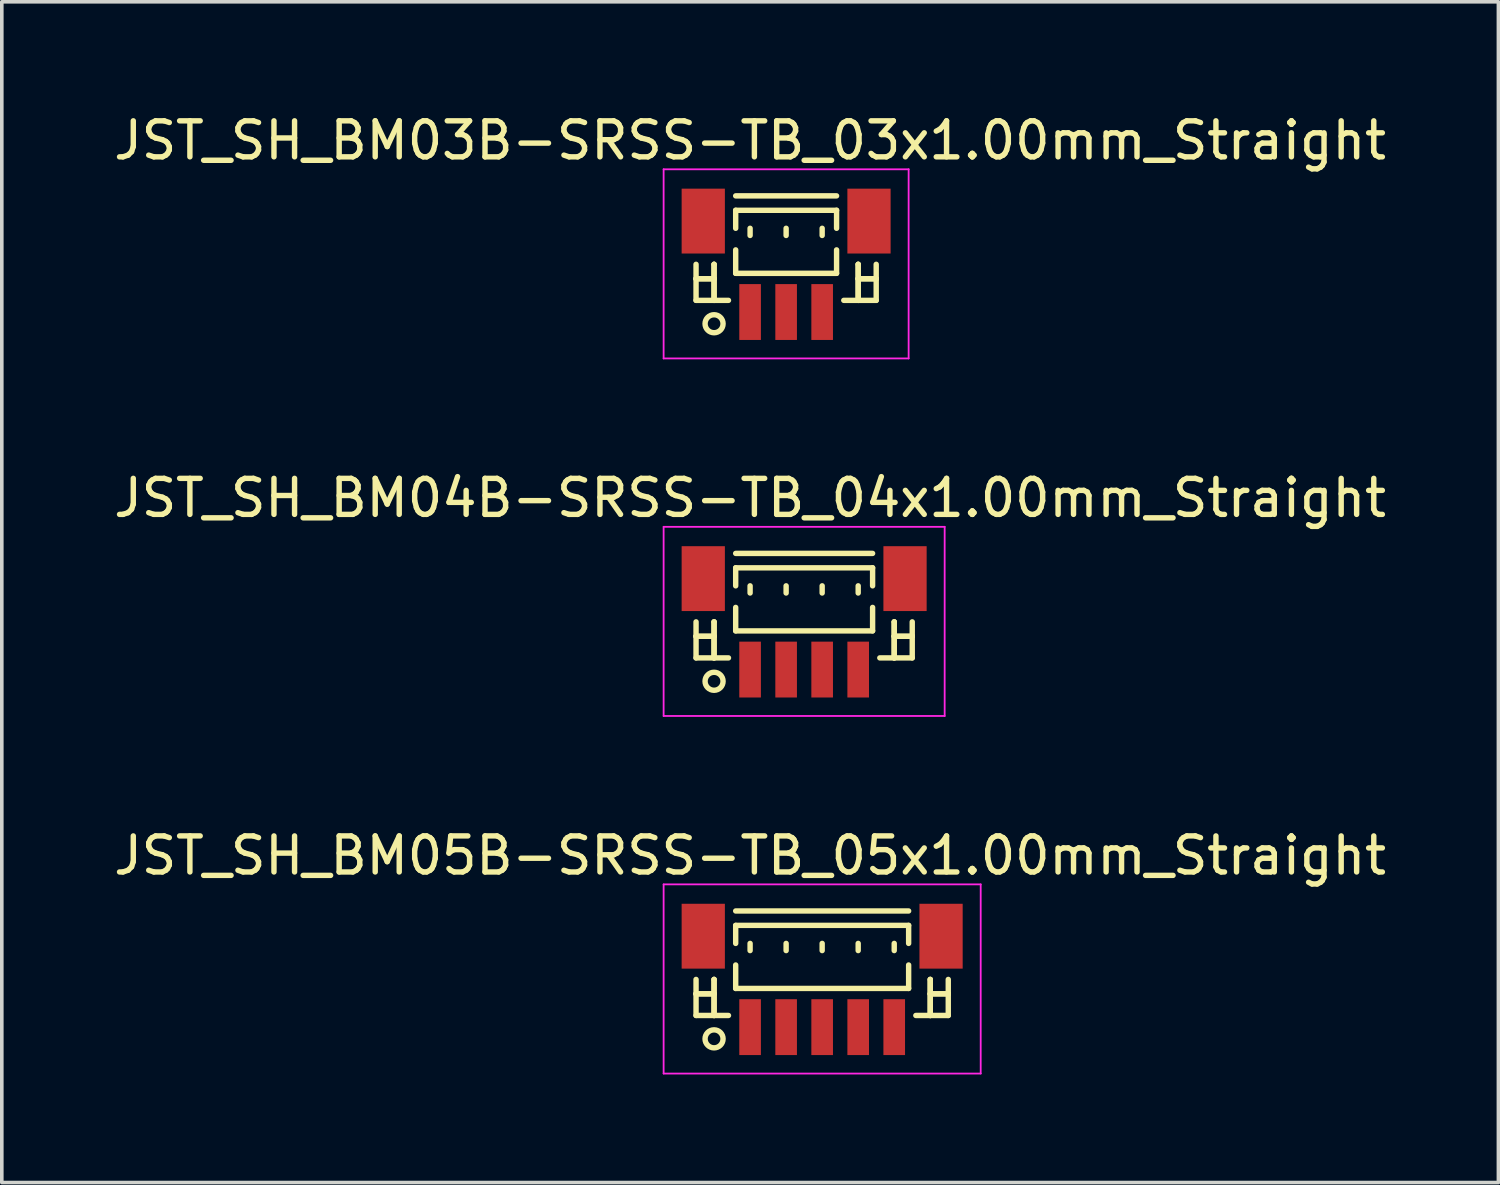
<source format=kicad_pcb>
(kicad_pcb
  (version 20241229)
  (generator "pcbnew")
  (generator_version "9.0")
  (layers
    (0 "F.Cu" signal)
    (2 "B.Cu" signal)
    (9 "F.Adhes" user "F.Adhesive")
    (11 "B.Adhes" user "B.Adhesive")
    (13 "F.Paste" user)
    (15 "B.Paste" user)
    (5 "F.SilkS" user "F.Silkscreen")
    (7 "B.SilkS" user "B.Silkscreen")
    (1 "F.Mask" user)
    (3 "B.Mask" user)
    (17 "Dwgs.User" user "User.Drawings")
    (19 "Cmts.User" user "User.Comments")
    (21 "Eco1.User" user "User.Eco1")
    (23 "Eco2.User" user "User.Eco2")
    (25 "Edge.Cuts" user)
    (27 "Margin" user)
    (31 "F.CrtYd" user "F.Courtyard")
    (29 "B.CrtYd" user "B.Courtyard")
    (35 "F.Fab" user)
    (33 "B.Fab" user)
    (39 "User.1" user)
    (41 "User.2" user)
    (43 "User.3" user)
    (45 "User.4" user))
  (footprint "JST_SH_BM05B-SRSS-TB_05x1.00mm_Straight"
    (layer "F.Cu")
    (at 19.768 24.195)
    (property "Reference" "JST_SH_BM05B-SRSS-TB_05x1.00mm_Straight" (at -2 -3.5 0) (layer "F.SilkS") (effects (font (size 1 1) (thickness 0.15))))
    (attr smd)
    (fp_line (start -3.5 -0.062) (end -3.5 0.938) (stroke (width 0.15) (type solid)) (layer "F.SilkS"))
    (fp_line (start -3.5 0.338) (end -3.5 0.338) (stroke (width 0.15) (type solid)) (layer "F.SilkS"))
    (fp_line (start -3.5 0.338) (end -3 0.338) (stroke (width 0.15) (type solid)) (layer "F.SilkS"))
    (fp_line (start -3.5 0.938) (end -2.6 0.938) (stroke (width 0.15) (type solid)) (layer "F.SilkS"))
    (fp_line (start -3 -0.062) (end -3 -0.062) (stroke (width 0.15) (type solid)) (layer "F.SilkS"))
    (fp_line (start -3 -0.062) (end -3 0.938) (stroke (width 0.15) (type solid)) (layer "F.SilkS"))
    (fp_line (start -3 0.338) (end -3.5 0.338) (stroke (width 0.15) (type solid)) (layer "F.SilkS"))
    (fp_line (start -3 0.338) (end -3 0.338) (stroke (width 0.15) (type solid)) (layer "F.SilkS"))
    (fp_line (start -3 0.938) (end -3 -0.062) (stroke (width 0.15) (type solid)) (layer "F.SilkS"))
    (fp_line (start -3 0.938) (end -3 0.938) (stroke (width 0.15) (type solid)) (layer "F.SilkS"))
    (fp_line (start -2.4 -1.962) (end 2.4 -1.962) (stroke (width 0.15) (type solid)) (layer "F.SilkS"))
    (fp_line (start -2.4 -1.562) (end 2.4 -1.562) (stroke (width 0.15) (type solid)) (layer "F.SilkS"))
    (fp_line (start -2.4 -1.062) (end -2.4 -1.562) (stroke (width 0.15) (type solid)) (layer "F.SilkS"))
    (fp_line (start -2.4 -0.463) (end -2.4 0.188) (stroke (width 0.15) (type solid)) (layer "F.SilkS"))
    (fp_line (start -2.4 0.188) (end 2.4 0.188) (stroke (width 0.15) (type solid)) (layer "F.SilkS"))
    (fp_line (start -2 -1.062) (end -2 -0.863) (stroke (width 0.15) (type solid)) (layer "F.SilkS"))
    (fp_line (start -1 -1.062) (end -1 -0.863) (stroke (width 0.15) (type solid)) (layer "F.SilkS"))
    (fp_line (start 0 -1.062) (end 0 -0.863) (stroke (width 0.15) (type solid)) (layer "F.SilkS"))
    (fp_line (start 1 -1.062) (end 1 -0.863) (stroke (width 0.15) (type solid)) (layer "F.SilkS"))
    (fp_line (start 2 -1.062) (end 2 -0.863) (stroke (width 0.15) (type solid)) (layer "F.SilkS"))
    (fp_line (start 2.4 -1.562) (end 2.4 -1.062) (stroke (width 0.15) (type solid)) (layer "F.SilkS"))
    (fp_line (start 2.4 0.188) (end 2.4 -0.463) (stroke (width 0.15) (type solid)) (layer "F.SilkS"))
    (fp_line (start 3 -0.062) (end 3 -0.062) (stroke (width 0.15) (type solid)) (layer "F.SilkS"))
    (fp_line (start 3 -0.062) (end 3 0.938) (stroke (width 0.15) (type solid)) (layer "F.SilkS"))
    (fp_line (start 3 0.338) (end 3 0.338) (stroke (width 0.15) (type solid)) (layer "F.SilkS"))
    (fp_line (start 3 0.338) (end 3.5 0.338) (stroke (width 0.15) (type solid)) (layer "F.SilkS"))
    (fp_line (start 3 0.938) (end 3 -0.062) (stroke (width 0.15) (type solid)) (layer "F.SilkS"))
    (fp_line (start 3 0.938) (end 3 0.938) (stroke (width 0.15) (type solid)) (layer "F.SilkS"))
    (fp_line (start 3.5 -0.062) (end 3.5 0.938) (stroke (width 0.15) (type solid)) (layer "F.SilkS"))
    (fp_line (start 3.5 0.338) (end 3 0.338) (stroke (width 0.15) (type solid)) (layer "F.SilkS"))
    (fp_line (start 3.5 0.338) (end 3.5 0.338) (stroke (width 0.15) (type solid)) (layer "F.SilkS"))
    (fp_line (start 3.5 0.938) (end 2.6 0.938) (stroke (width 0.15) (type solid)) (layer "F.SilkS"))
    (fp_circle (center -3 1.587) (end -2.75 1.587) (stroke (width 0.15) (type solid)) (fill no) (layer "F.SilkS"))
    (fp_line (start -4.4 -2.7) (end 4.4 -2.7) (stroke (width 0.05) (type solid)) (layer "F.CrtYd"))
    (fp_line (start -4.4 2.55) (end -4.4 -2.7) (stroke (width 0.05) (type solid)) (layer "F.CrtYd"))
    (fp_line (start 4.4 -2.7) (end 4.4 2.55) (stroke (width 0.05) (type solid)) (layer "F.CrtYd"))
    (fp_line (start 4.4 2.55) (end -4.4 2.55) (stroke (width 0.05) (type solid)) (layer "F.CrtYd"))
    (pad "" smd rect (at -3.3 -1.262) (size 1.2 1.8) (layers "F.Cu" "F.Mask" "F.Paste"))
    (pad "" smd rect (at 3.3 -1.262) (size 1.2 1.8) (layers "F.Cu" "F.Mask" "F.Paste"))
    (pad "1" smd rect (at -2 1.262) (size 0.6 1.55) (layers "F.Cu" "F.Mask" "F.Paste"))
    (pad "2" smd rect (at -1 1.262) (size 0.6 1.55) (layers "F.Cu" "F.Mask" "F.Paste"))
    (pad "3" smd rect (at 0 1.262) (size 0.6 1.55) (layers "F.Cu" "F.Mask" "F.Paste"))
    (pad "4" smd rect (at 1 1.262) (size 0.6 1.55) (layers "F.Cu" "F.Mask" "F.Paste"))
    (pad "5" smd rect (at 2 1.262) (size 0.6 1.55) (layers "F.Cu" "F.Mask" "F.Paste")))
  (footprint "JST_SH_BM04B-SRSS-TB_04x1.00mm_Straight"
    (layer "F.Cu")
    (at 19.268 14.271)
    (property "Reference" "JST_SH_BM04B-SRSS-TB_04x1.00mm_Straight" (at -1.5 -3.5 0) (layer "F.SilkS") (effects (font (size 1 1) (thickness 0.15))))
    (attr smd)
    (fp_line (start -3 -0.062) (end -3 0.938) (stroke (width 0.15) (type solid)) (layer "F.SilkS"))
    (fp_line (start -3 0.338) (end -3 0.338) (stroke (width 0.15) (type solid)) (layer "F.SilkS"))
    (fp_line (start -3 0.338) (end -2.5 0.338) (stroke (width 0.15) (type solid)) (layer "F.SilkS"))
    (fp_line (start -3 0.938) (end -2.1 0.938) (stroke (width 0.15) (type solid)) (layer "F.SilkS"))
    (fp_line (start -2.5 -0.062) (end -2.5 -0.062) (stroke (width 0.15) (type solid)) (layer "F.SilkS"))
    (fp_line (start -2.5 -0.062) (end -2.5 0.938) (stroke (width 0.15) (type solid)) (layer "F.SilkS"))
    (fp_line (start -2.5 0.338) (end -3 0.338) (stroke (width 0.15) (type solid)) (layer "F.SilkS"))
    (fp_line (start -2.5 0.338) (end -2.5 0.338) (stroke (width 0.15) (type solid)) (layer "F.SilkS"))
    (fp_line (start -2.5 0.938) (end -2.5 -0.062) (stroke (width 0.15) (type solid)) (layer "F.SilkS"))
    (fp_line (start -2.5 0.938) (end -2.5 0.938) (stroke (width 0.15) (type solid)) (layer "F.SilkS"))
    (fp_line (start -1.9 -1.962) (end 1.9 -1.962) (stroke (width 0.15) (type solid)) (layer "F.SilkS"))
    (fp_line (start -1.9 -1.562) (end 1.9 -1.562) (stroke (width 0.15) (type solid)) (layer "F.SilkS"))
    (fp_line (start -1.9 -1.062) (end -1.9 -1.562) (stroke (width 0.15) (type solid)) (layer "F.SilkS"))
    (fp_line (start -1.9 -0.463) (end -1.9 0.188) (stroke (width 0.15) (type solid)) (layer "F.SilkS"))
    (fp_line (start -1.9 0.188) (end 1.9 0.188) (stroke (width 0.15) (type solid)) (layer "F.SilkS"))
    (fp_line (start -1.5 -1.062) (end -1.5 -0.863) (stroke (width 0.15) (type solid)) (layer "F.SilkS"))
    (fp_line (start -0.5 -1.062) (end -0.5 -0.863) (stroke (width 0.15) (type solid)) (layer "F.SilkS"))
    (fp_line (start 0.5 -1.062) (end 0.5 -0.863) (stroke (width 0.15) (type solid)) (layer "F.SilkS"))
    (fp_line (start 1.5 -1.062) (end 1.5 -0.863) (stroke (width 0.15) (type solid)) (layer "F.SilkS"))
    (fp_line (start 1.9 -1.562) (end 1.9 -1.062) (stroke (width 0.15) (type solid)) (layer "F.SilkS"))
    (fp_line (start 1.9 0.188) (end 1.9 -0.463) (stroke (width 0.15) (type solid)) (layer "F.SilkS"))
    (fp_line (start 2.5 -0.062) (end 2.5 -0.062) (stroke (width 0.15) (type solid)) (layer "F.SilkS"))
    (fp_line (start 2.5 -0.062) (end 2.5 0.938) (stroke (width 0.15) (type solid)) (layer "F.SilkS"))
    (fp_line (start 2.5 0.338) (end 2.5 0.338) (stroke (width 0.15) (type solid)) (layer "F.SilkS"))
    (fp_line (start 2.5 0.338) (end 3 0.338) (stroke (width 0.15) (type solid)) (layer "F.SilkS"))
    (fp_line (start 2.5 0.938) (end 2.5 -0.062) (stroke (width 0.15) (type solid)) (layer "F.SilkS"))
    (fp_line (start 2.5 0.938) (end 2.5 0.938) (stroke (width 0.15) (type solid)) (layer "F.SilkS"))
    (fp_line (start 3 -0.062) (end 3 0.938) (stroke (width 0.15) (type solid)) (layer "F.SilkS"))
    (fp_line (start 3 0.338) (end 2.5 0.338) (stroke (width 0.15) (type solid)) (layer "F.SilkS"))
    (fp_line (start 3 0.338) (end 3 0.338) (stroke (width 0.15) (type solid)) (layer "F.SilkS"))
    (fp_line (start 3 0.938) (end 2.1 0.938) (stroke (width 0.15) (type solid)) (layer "F.SilkS"))
    (fp_circle (center -2.5 1.587) (end -2.25 1.587) (stroke (width 0.15) (type solid)) (fill no) (layer "F.SilkS"))
    (fp_line (start -3.9 -2.7) (end 3.9 -2.7) (stroke (width 0.05) (type solid)) (layer "F.CrtYd"))
    (fp_line (start -3.9 2.55) (end -3.9 -2.7) (stroke (width 0.05) (type solid)) (layer "F.CrtYd"))
    (fp_line (start 3.9 -2.7) (end 3.9 2.55) (stroke (width 0.05) (type solid)) (layer "F.CrtYd"))
    (fp_line (start 3.9 2.55) (end -3.9 2.55) (stroke (width 0.05) (type solid)) (layer "F.CrtYd"))
    (pad "" smd rect (at -2.8 -1.262) (size 1.2 1.8) (layers "F.Cu" "F.Mask" "F.Paste"))
    (pad "" smd rect (at 2.8 -1.262) (size 1.2 1.8) (layers "F.Cu" "F.Mask" "F.Paste"))
    (pad "1" smd rect (at -1.5 1.262) (size 0.6 1.55) (layers "F.Cu" "F.Mask" "F.Paste"))
    (pad "2" smd rect (at -0.5 1.262) (size 0.6 1.55) (layers "F.Cu" "F.Mask" "F.Paste"))
    (pad "3" smd rect (at 0.5 1.262) (size 0.6 1.55) (layers "F.Cu" "F.Mask" "F.Paste"))
    (pad "4" smd rect (at 1.5 1.262) (size 0.6 1.55) (layers "F.Cu" "F.Mask" "F.Paste")))
  (footprint "JST_SH_BM03B-SRSS-TB_03x1.00mm_Straight"
    (layer "F.Cu")
    (at 18.768 4.348)
    (property "Reference" "JST_SH_BM03B-SRSS-TB_03x1.00mm_Straight" (at -1 -3.5 0) (layer "F.SilkS") (effects (font (size 1 1) (thickness 0.15))))
    (attr smd)
    (fp_line (start -2.5 -0.062) (end -2.5 0.938) (stroke (width 0.15) (type solid)) (layer "F.SilkS"))
    (fp_line (start -2.5 0.338) (end -2.5 0.338) (stroke (width 0.15) (type solid)) (layer "F.SilkS"))
    (fp_line (start -2.5 0.338) (end -2 0.338) (stroke (width 0.15) (type solid)) (layer "F.SilkS"))
    (fp_line (start -2.5 0.938) (end -1.6 0.938) (stroke (width 0.15) (type solid)) (layer "F.SilkS"))
    (fp_line (start -2 -0.062) (end -2 -0.062) (stroke (width 0.15) (type solid)) (layer "F.SilkS"))
    (fp_line (start -2 -0.062) (end -2 0.938) (stroke (width 0.15) (type solid)) (layer "F.SilkS"))
    (fp_line (start -2 0.338) (end -2.5 0.338) (stroke (width 0.15) (type solid)) (layer "F.SilkS"))
    (fp_line (start -2 0.338) (end -2 0.338) (stroke (width 0.15) (type solid)) (layer "F.SilkS"))
    (fp_line (start -2 0.938) (end -2 -0.062) (stroke (width 0.15) (type solid)) (layer "F.SilkS"))
    (fp_line (start -2 0.938) (end -2 0.938) (stroke (width 0.15) (type solid)) (layer "F.SilkS"))
    (fp_line (start -1.4 -1.962) (end 1.4 -1.962) (stroke (width 0.15) (type solid)) (layer "F.SilkS"))
    (fp_line (start -1.4 -1.562) (end 1.4 -1.562) (stroke (width 0.15) (type solid)) (layer "F.SilkS"))
    (fp_line (start -1.4 -1.062) (end -1.4 -1.562) (stroke (width 0.15) (type solid)) (layer "F.SilkS"))
    (fp_line (start -1.4 -0.463) (end -1.4 0.188) (stroke (width 0.15) (type solid)) (layer "F.SilkS"))
    (fp_line (start -1.4 0.188) (end 1.4 0.188) (stroke (width 0.15) (type solid)) (layer "F.SilkS"))
    (fp_line (start -1 -1.062) (end -1 -0.863) (stroke (width 0.15) (type solid)) (layer "F.SilkS"))
    (fp_line (start 0 -1.062) (end 0 -0.863) (stroke (width 0.15) (type solid)) (layer "F.SilkS"))
    (fp_line (start 1 -1.062) (end 1 -0.863) (stroke (width 0.15) (type solid)) (layer "F.SilkS"))
    (fp_line (start 1.4 -1.562) (end 1.4 -1.062) (stroke (width 0.15) (type solid)) (layer "F.SilkS"))
    (fp_line (start 1.4 0.188) (end 1.4 -0.463) (stroke (width 0.15) (type solid)) (layer "F.SilkS"))
    (fp_line (start 2 -0.062) (end 2 -0.062) (stroke (width 0.15) (type solid)) (layer "F.SilkS"))
    (fp_line (start 2 -0.062) (end 2 0.938) (stroke (width 0.15) (type solid)) (layer "F.SilkS"))
    (fp_line (start 2 0.338) (end 2 0.338) (stroke (width 0.15) (type solid)) (layer "F.SilkS"))
    (fp_line (start 2 0.338) (end 2.5 0.338) (stroke (width 0.15) (type solid)) (layer "F.SilkS"))
    (fp_line (start 2 0.938) (end 2 -0.062) (stroke (width 0.15) (type solid)) (layer "F.SilkS"))
    (fp_line (start 2 0.938) (end 2 0.938) (stroke (width 0.15) (type solid)) (layer "F.SilkS"))
    (fp_line (start 2.5 -0.062) (end 2.5 0.938) (stroke (width 0.15) (type solid)) (layer "F.SilkS"))
    (fp_line (start 2.5 0.338) (end 2 0.338) (stroke (width 0.15) (type solid)) (layer "F.SilkS"))
    (fp_line (start 2.5 0.338) (end 2.5 0.338) (stroke (width 0.15) (type solid)) (layer "F.SilkS"))
    (fp_line (start 2.5 0.938) (end 1.6 0.938) (stroke (width 0.15) (type solid)) (layer "F.SilkS"))
    (fp_circle (center -2 1.587) (end -1.75 1.587) (stroke (width 0.15) (type solid)) (fill no) (layer "F.SilkS"))
    (fp_line (start -3.4 -2.7) (end 3.4 -2.7) (stroke (width 0.05) (type solid)) (layer "F.CrtYd"))
    (fp_line (start -3.4 2.55) (end -3.4 -2.7) (stroke (width 0.05) (type solid)) (layer "F.CrtYd"))
    (fp_line (start 3.4 -2.7) (end 3.4 2.55) (stroke (width 0.05) (type solid)) (layer "F.CrtYd"))
    (fp_line (start 3.4 2.55) (end -3.4 2.55) (stroke (width 0.05) (type solid)) (layer "F.CrtYd"))
    (pad "" smd rect (at -2.3 -1.262) (size 1.2 1.8) (layers "F.Cu" "F.Mask" "F.Paste"))
    (pad "" smd rect (at 2.3 -1.262) (size 1.2 1.8) (layers "F.Cu" "F.Mask" "F.Paste"))
    (pad "1" smd rect (at -1 1.262) (size 0.6 1.55) (layers "F.Cu" "F.Mask" "F.Paste"))
    (pad "2" smd rect (at 0 1.262) (size 0.6 1.55) (layers "F.Cu" "F.Mask" "F.Paste"))
    (pad "3" smd rect (at 1 1.262) (size 0.6 1.55) (layers "F.Cu" "F.Mask" "F.Paste")))
  (gr_rect
    (start -3 -3)
    (end 38.536 29.77)
    (stroke (width 0.1) (type default))
    (fill no)
    (layer "Edge.Cuts")))
</source>
